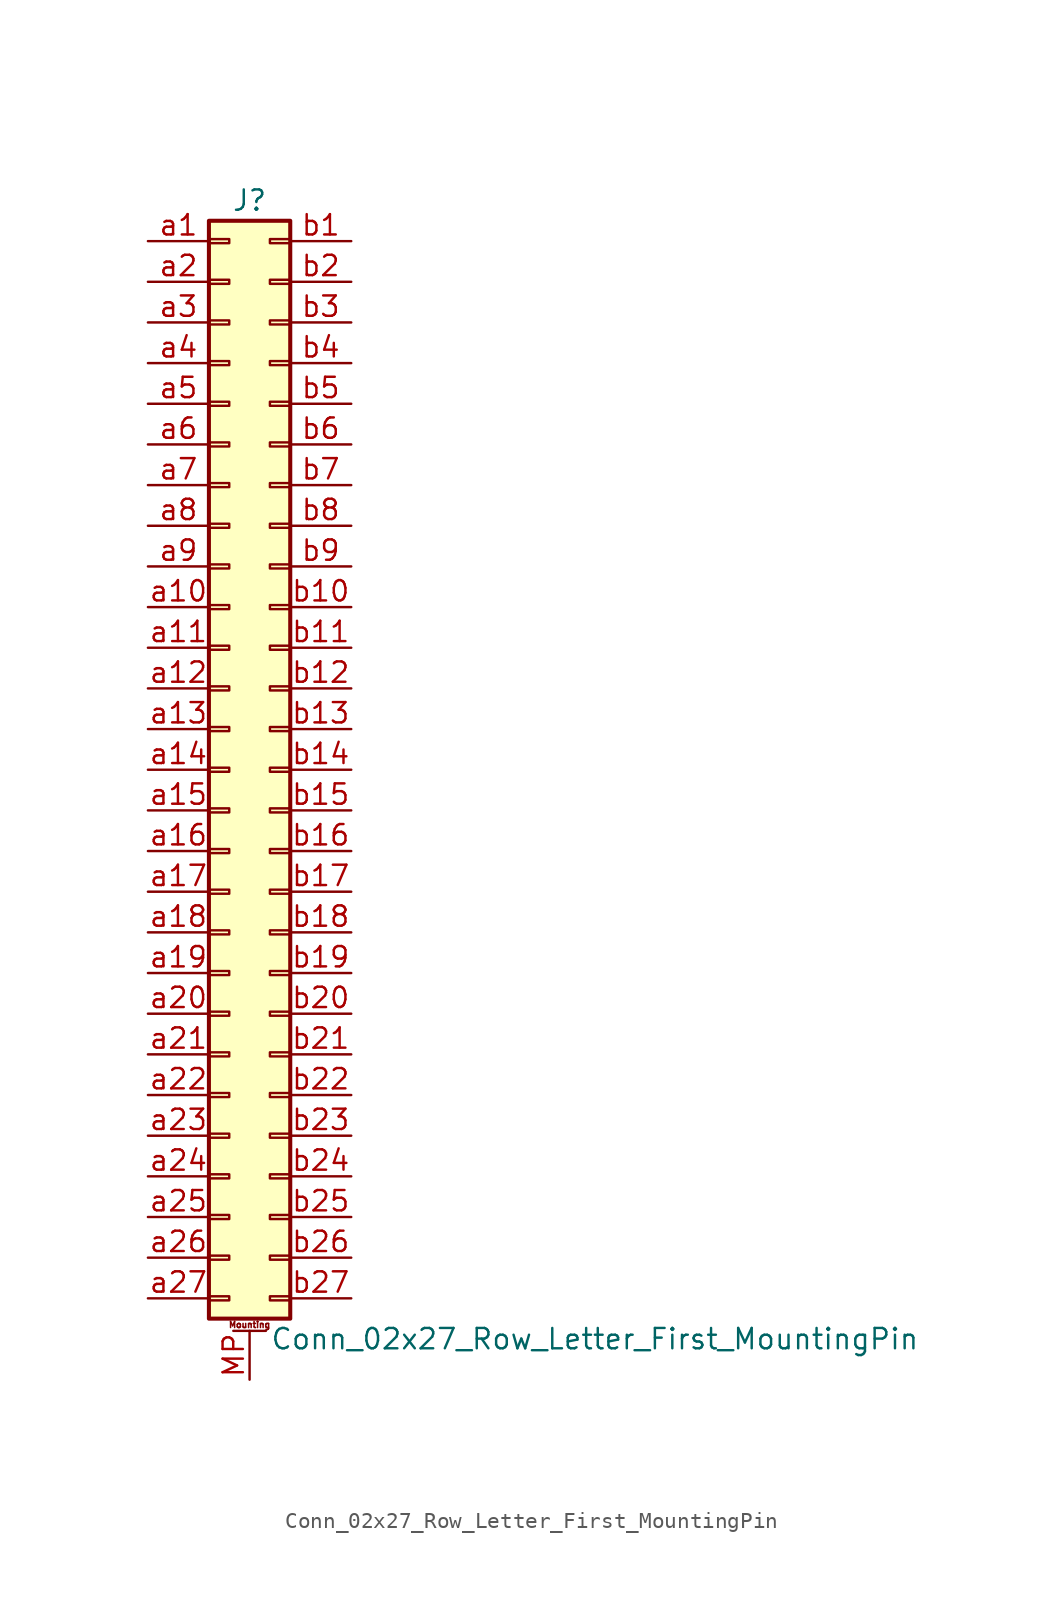
<source format=kicad_sym>
(kicad_symbol_lib
  (version 20201005)
  (generator kicad_symbol_editor)
  (symbol "Connector_Generic_MountingPin:Conn_02x27_Row_Letter_First_MountingPin"
    (pin_names
      (offset 1.016) hide)
    (property "Reference" "J"
      (at 1.27 35.56 0)
      (effects (font (size 1.27 1.27))))
    (property "Value" "Conn_02x27_Row_Letter_First_MountingPin"
      (at 2.54 -35.56 0)
      (effects (font (size 1.27 1.27)) (justify left)))
    (symbol "Conn_02x27_Row_Letter_First_MountingPin_1_1"
      (text "Mounting" (at 1.27 -34.671 0) (effects (font (size 0.381 0.381))))
      (rectangle (start -1.27 -27.813) (end 0 -28.067) (stroke (width 0.152)) (fill (type none)))
      (rectangle (start -1.27 -30.353) (end 0 -30.607) (stroke (width 0.152)) (fill (type none)))
      (rectangle (start -1.27 -32.893) (end 0 -33.147) (stroke (width 0.152)) (fill (type none)))
      (rectangle (start -1.27 -4.953) (end 0 -5.207) (stroke (width 0.152)) (fill (type none)))
      (rectangle (start -1.27 -7.493) (end 0 -7.747) (stroke (width 0.152)) (fill (type none)))
      (rectangle (start -1.27 -10.033) (end 0 -10.287) (stroke (width 0.152)) (fill (type none)))
      (rectangle (start -1.27 -12.573) (end 0 -12.827) (stroke (width 0.152)) (fill (type none)))
      (rectangle (start -1.27 -15.113) (end 0 -15.367) (stroke (width 0.152)) (fill (type none)))
      (rectangle (start -1.27 -17.653) (end 0 -17.907) (stroke (width 0.152)) (fill (type none)))
      (rectangle (start -1.27 -20.193) (end 0 -20.447) (stroke (width 0.152)) (fill (type none)))
      (rectangle (start -1.27 -22.733) (end 0 -22.987) (stroke (width 0.152)) (fill (type none)))
      (rectangle (start -1.27 -2.413) (end 0 -2.667) (stroke (width 0.152)) (fill (type none)))
      (rectangle (start -1.27 -25.273) (end 0 -25.527) (stroke (width 0.152)) (fill (type none)))
      (rectangle (start -1.27 25.527) (end 0 25.273) (stroke (width 0.152)) (fill (type none)))
      (rectangle (start -1.27 2.667) (end 0 2.413) (stroke (width 0.152)) (fill (type none)))
      (rectangle (start -1.27 28.067) (end 0 27.813) (stroke (width 0.152)) (fill (type none)))
      (rectangle (start -1.27 30.607) (end 0 30.353) (stroke (width 0.152)) (fill (type none)))
      (rectangle (start -1.27 33.147) (end 0 32.893) (stroke (width 0.152)) (fill (type none)))
      (rectangle (start -1.27 34.29) (end 3.81 -34.29) (stroke (width 0.254)) (fill (type background)))
      (rectangle (start -1.27 5.207) (end 0 4.953) (stroke (width 0.152)) (fill (type none)))
      (rectangle (start -1.27 7.747) (end 0 7.493) (stroke (width 0.152)) (fill (type none)))
      (rectangle (start -1.27 10.287) (end 0 10.033) (stroke (width 0.152)) (fill (type none)))
      (rectangle (start -1.27 0.127) (end 0 -0.127) (stroke (width 0.152)) (fill (type none)))
      (rectangle (start -1.27 12.827) (end 0 12.573) (stroke (width 0.152)) (fill (type none)))
      (rectangle (start -1.27 15.367) (end 0 15.113) (stroke (width 0.152)) (fill (type none)))
      (rectangle (start -1.27 17.907) (end 0 17.653) (stroke (width 0.152)) (fill (type none)))
      (rectangle (start -1.27 20.447) (end 0 20.193) (stroke (width 0.152)) (fill (type none)))
      (rectangle (start -1.27 22.987) (end 0 22.733) (stroke (width 0.152)) (fill (type none)))
      (rectangle (start 3.81 -27.813) (end 2.54 -28.067) (stroke (width 0.152)) (fill (type none)))
      (rectangle (start 3.81 -30.353) (end 2.54 -30.607) (stroke (width 0.152)) (fill (type none)))
      (rectangle (start 3.81 -32.893) (end 2.54 -33.147) (stroke (width 0.152)) (fill (type none)))
      (rectangle (start 3.81 -4.953) (end 2.54 -5.207) (stroke (width 0.152)) (fill (type none)))
      (rectangle (start 3.81 -7.493) (end 2.54 -7.747) (stroke (width 0.152)) (fill (type none)))
      (rectangle (start 3.81 -10.033) (end 2.54 -10.287) (stroke (width 0.152)) (fill (type none)))
      (rectangle (start 3.81 -12.573) (end 2.54 -12.827) (stroke (width 0.152)) (fill (type none)))
      (rectangle (start 3.81 -15.113) (end 2.54 -15.367) (stroke (width 0.152)) (fill (type none)))
      (rectangle (start 3.81 -17.653) (end 2.54 -17.907) (stroke (width 0.152)) (fill (type none)))
      (rectangle (start 3.81 -20.193) (end 2.54 -20.447) (stroke (width 0.152)) (fill (type none)))
      (rectangle (start 3.81 -22.733) (end 2.54 -22.987) (stroke (width 0.152)) (fill (type none)))
      (rectangle (start 3.81 -2.413) (end 2.54 -2.667) (stroke (width 0.152)) (fill (type none)))
      (rectangle (start 3.81 -25.273) (end 2.54 -25.527) (stroke (width 0.152)) (fill (type none)))
      (rectangle (start 3.81 25.527) (end 2.54 25.273) (stroke (width 0.152)) (fill (type none)))
      (rectangle (start 3.81 2.667) (end 2.54 2.413) (stroke (width 0.152)) (fill (type none)))
      (rectangle (start 3.81 28.067) (end 2.54 27.813) (stroke (width 0.152)) (fill (type none)))
      (rectangle (start 3.81 30.607) (end 2.54 30.353) (stroke (width 0.152)) (fill (type none)))
      (rectangle (start 3.81 33.147) (end 2.54 32.893) (stroke (width 0.152)) (fill (type none)))
      (rectangle (start 3.81 5.207) (end 2.54 4.953) (stroke (width 0.152)) (fill (type none)))
      (rectangle (start 3.81 7.747) (end 2.54 7.493) (stroke (width 0.152)) (fill (type none)))
      (rectangle (start 3.81 10.287) (end 2.54 10.033) (stroke (width 0.152)) (fill (type none)))
      (rectangle (start 3.81 0.127) (end 2.54 -0.127) (stroke (width 0.152)) (fill (type none)))
      (rectangle (start 3.81 12.827) (end 2.54 12.573) (stroke (width 0.152)) (fill (type none)))
      (rectangle (start 3.81 15.367) (end 2.54 15.113) (stroke (width 0.152)) (fill (type none)))
      (rectangle (start 3.81 17.907) (end 2.54 17.653) (stroke (width 0.152)) (fill (type none)))
      (rectangle (start 3.81 20.447) (end 2.54 20.193) (stroke (width 0.152)) (fill (type none)))
      (rectangle (start 3.81 22.987) (end 2.54 22.733) (stroke (width 0.152)) (fill (type none)))
      (polyline (pts (xy 0.254 -35.052) (xy 2.286 -35.052)) (stroke (width 0.152)) (fill (type none)))
      (pin passive line (at 1.27 -38.1 90) (length 3.048) (name "MountPin" (effects (font (size 1.27 1.27)))) (number "MP" (effects (font (size 1.27 1.27)))))
      (pin passive line (at -5.08 33.02 0) (length 3.81) (name "Pin_a1" (effects (font (size 1.27 1.27)))) (number "a1" (effects (font (size 1.27 1.27)))))
      (pin passive line (at -5.08 10.16 0) (length 3.81) (name "Pin_a10" (effects (font (size 1.27 1.27)))) (number "a10" (effects (font (size 1.27 1.27)))))
      (pin passive line (at -5.08 7.62 0) (length 3.81) (name "Pin_a11" (effects (font (size 1.27 1.27)))) (number "a11" (effects (font (size 1.27 1.27)))))
      (pin passive line (at -5.08 5.08 0) (length 3.81) (name "Pin_a12" (effects (font (size 1.27 1.27)))) (number "a12" (effects (font (size 1.27 1.27)))))
      (pin passive line (at -5.08 2.54 0) (length 3.81) (name "Pin_a13" (effects (font (size 1.27 1.27)))) (number "a13" (effects (font (size 1.27 1.27)))))
      (pin passive line (at -5.08 0 0) (length 3.81) (name "Pin_a14" (effects (font (size 1.27 1.27)))) (number "a14" (effects (font (size 1.27 1.27)))))
      (pin passive line (at -5.08 -2.54 0) (length 3.81) (name "Pin_a15" (effects (font (size 1.27 1.27)))) (number "a15" (effects (font (size 1.27 1.27)))))
      (pin passive line (at -5.08 -5.08 0) (length 3.81) (name "Pin_a16" (effects (font (size 1.27 1.27)))) (number "a16" (effects (font (size 1.27 1.27)))))
      (pin passive line (at -5.08 -7.62 0) (length 3.81) (name "Pin_a17" (effects (font (size 1.27 1.27)))) (number "a17" (effects (font (size 1.27 1.27)))))
      (pin passive line (at -5.08 -10.16 0) (length 3.81) (name "Pin_a18" (effects (font (size 1.27 1.27)))) (number "a18" (effects (font (size 1.27 1.27)))))
      (pin passive line (at -5.08 -12.7 0) (length 3.81) (name "Pin_a19" (effects (font (size 1.27 1.27)))) (number "a19" (effects (font (size 1.27 1.27)))))
      (pin passive line (at -5.08 30.48 0) (length 3.81) (name "Pin_a2" (effects (font (size 1.27 1.27)))) (number "a2" (effects (font (size 1.27 1.27)))))
      (pin passive line (at -5.08 -15.24 0) (length 3.81) (name "Pin_a20" (effects (font (size 1.27 1.27)))) (number "a20" (effects (font (size 1.27 1.27)))))
      (pin passive line (at -5.08 -17.78 0) (length 3.81) (name "Pin_a21" (effects (font (size 1.27 1.27)))) (number "a21" (effects (font (size 1.27 1.27)))))
      (pin passive line (at -5.08 -20.32 0) (length 3.81) (name "Pin_a22" (effects (font (size 1.27 1.27)))) (number "a22" (effects (font (size 1.27 1.27)))))
      (pin passive line (at -5.08 -22.86 0) (length 3.81) (name "Pin_a23" (effects (font (size 1.27 1.27)))) (number "a23" (effects (font (size 1.27 1.27)))))
      (pin passive line (at -5.08 -25.4 0) (length 3.81) (name "Pin_a24" (effects (font (size 1.27 1.27)))) (number "a24" (effects (font (size 1.27 1.27)))))
      (pin passive line (at -5.08 -27.94 0) (length 3.81) (name "Pin_a25" (effects (font (size 1.27 1.27)))) (number "a25" (effects (font (size 1.27 1.27)))))
      (pin passive line (at -5.08 -30.48 0) (length 3.81) (name "Pin_a26" (effects (font (size 1.27 1.27)))) (number "a26" (effects (font (size 1.27 1.27)))))
      (pin passive line (at -5.08 -33.02 0) (length 3.81) (name "Pin_a27" (effects (font (size 1.27 1.27)))) (number "a27" (effects (font (size 1.27 1.27)))))
      (pin passive line (at -5.08 27.94 0) (length 3.81) (name "Pin_a3" (effects (font (size 1.27 1.27)))) (number "a3" (effects (font (size 1.27 1.27)))))
      (pin passive line (at -5.08 25.4 0) (length 3.81) (name "Pin_a4" (effects (font (size 1.27 1.27)))) (number "a4" (effects (font (size 1.27 1.27)))))
      (pin passive line (at -5.08 22.86 0) (length 3.81) (name "Pin_a5" (effects (font (size 1.27 1.27)))) (number "a5" (effects (font (size 1.27 1.27)))))
      (pin passive line (at -5.08 20.32 0) (length 3.81) (name "Pin_a6" (effects (font (size 1.27 1.27)))) (number "a6" (effects (font (size 1.27 1.27)))))
      (pin passive line (at -5.08 17.78 0) (length 3.81) (name "Pin_a7" (effects (font (size 1.27 1.27)))) (number "a7" (effects (font (size 1.27 1.27)))))
      (pin passive line (at -5.08 15.24 0) (length 3.81) (name "Pin_a8" (effects (font (size 1.27 1.27)))) (number "a8" (effects (font (size 1.27 1.27)))))
      (pin passive line (at -5.08 12.7 0) (length 3.81) (name "Pin_a9" (effects (font (size 1.27 1.27)))) (number "a9" (effects (font (size 1.27 1.27)))))
      (pin passive line (at 7.62 33.02 180) (length 3.81) (name "Pin_b1" (effects (font (size 1.27 1.27)))) (number "b1" (effects (font (size 1.27 1.27)))))
      (pin passive line (at 7.62 10.16 180) (length 3.81) (name "Pin_b10" (effects (font (size 1.27 1.27)))) (number "b10" (effects (font (size 1.27 1.27)))))
      (pin passive line (at 7.62 7.62 180) (length 3.81) (name "Pin_b11" (effects (font (size 1.27 1.27)))) (number "b11" (effects (font (size 1.27 1.27)))))
      (pin passive line (at 7.62 5.08 180) (length 3.81) (name "Pin_b12" (effects (font (size 1.27 1.27)))) (number "b12" (effects (font (size 1.27 1.27)))))
      (pin passive line (at 7.62 2.54 180) (length 3.81) (name "Pin_b13" (effects (font (size 1.27 1.27)))) (number "b13" (effects (font (size 1.27 1.27)))))
      (pin passive line (at 7.62 0 180) (length 3.81) (name "Pin_b14" (effects (font (size 1.27 1.27)))) (number "b14" (effects (font (size 1.27 1.27)))))
      (pin passive line (at 7.62 -2.54 180) (length 3.81) (name "Pin_b15" (effects (font (size 1.27 1.27)))) (number "b15" (effects (font (size 1.27 1.27)))))
      (pin passive line (at 7.62 -5.08 180) (length 3.81) (name "Pin_b16" (effects (font (size 1.27 1.27)))) (number "b16" (effects (font (size 1.27 1.27)))))
      (pin passive line (at 7.62 -7.62 180) (length 3.81) (name "Pin_b17" (effects (font (size 1.27 1.27)))) (number "b17" (effects (font (size 1.27 1.27)))))
      (pin passive line (at 7.62 -10.16 180) (length 3.81) (name "Pin_b18" (effects (font (size 1.27 1.27)))) (number "b18" (effects (font (size 1.27 1.27)))))
      (pin passive line (at 7.62 -12.7 180) (length 3.81) (name "Pin_b19" (effects (font (size 1.27 1.27)))) (number "b19" (effects (font (size 1.27 1.27)))))
      (pin passive line (at 7.62 30.48 180) (length 3.81) (name "Pin_b2" (effects (font (size 1.27 1.27)))) (number "b2" (effects (font (size 1.27 1.27)))))
      (pin passive line (at 7.62 -15.24 180) (length 3.81) (name "Pin_b20" (effects (font (size 1.27 1.27)))) (number "b20" (effects (font (size 1.27 1.27)))))
      (pin passive line (at 7.62 -17.78 180) (length 3.81) (name "Pin_b21" (effects (font (size 1.27 1.27)))) (number "b21" (effects (font (size 1.27 1.27)))))
      (pin passive line (at 7.62 -20.32 180) (length 3.81) (name "Pin_b22" (effects (font (size 1.27 1.27)))) (number "b22" (effects (font (size 1.27 1.27)))))
      (pin passive line (at 7.62 -22.86 180) (length 3.81) (name "Pin_b23" (effects (font (size 1.27 1.27)))) (number "b23" (effects (font (size 1.27 1.27)))))
      (pin passive line (at 7.62 -25.4 180) (length 3.81) (name "Pin_b24" (effects (font (size 1.27 1.27)))) (number "b24" (effects (font (size 1.27 1.27)))))
      (pin passive line (at 7.62 -27.94 180) (length 3.81) (name "Pin_b25" (effects (font (size 1.27 1.27)))) (number "b25" (effects (font (size 1.27 1.27)))))
      (pin passive line (at 7.62 -30.48 180) (length 3.81) (name "Pin_b26" (effects (font (size 1.27 1.27)))) (number "b26" (effects (font (size 1.27 1.27)))))
      (pin passive line (at 7.62 -33.02 180) (length 3.81) (name "Pin_b27" (effects (font (size 1.27 1.27)))) (number "b27" (effects (font (size 1.27 1.27)))))
      (pin passive line (at 7.62 27.94 180) (length 3.81) (name "Pin_b3" (effects (font (size 1.27 1.27)))) (number "b3" (effects (font (size 1.27 1.27)))))
      (pin passive line (at 7.62 25.4 180) (length 3.81) (name "Pin_b4" (effects (font (size 1.27 1.27)))) (number "b4" (effects (font (size 1.27 1.27)))))
      (pin passive line (at 7.62 22.86 180) (length 3.81) (name "Pin_b5" (effects (font (size 1.27 1.27)))) (number "b5" (effects (font (size 1.27 1.27)))))
      (pin passive line (at 7.62 20.32 180) (length 3.81) (name "Pin_b6" (effects (font (size 1.27 1.27)))) (number "b6" (effects (font (size 1.27 1.27)))))
      (pin passive line (at 7.62 17.78 180) (length 3.81) (name "Pin_b7" (effects (font (size 1.27 1.27)))) (number "b7" (effects (font (size 1.27 1.27)))))
      (pin passive line (at 7.62 15.24 180) (length 3.81) (name "Pin_b8" (effects (font (size 1.27 1.27)))) (number "b8" (effects (font (size 1.27 1.27)))))
      (pin passive line (at 7.62 12.7 180) (length 3.81) (name "Pin_b9" (effects (font (size 1.27 1.27)))) (number "b9" (effects (font (size 1.27 1.27))))))))
</source>
